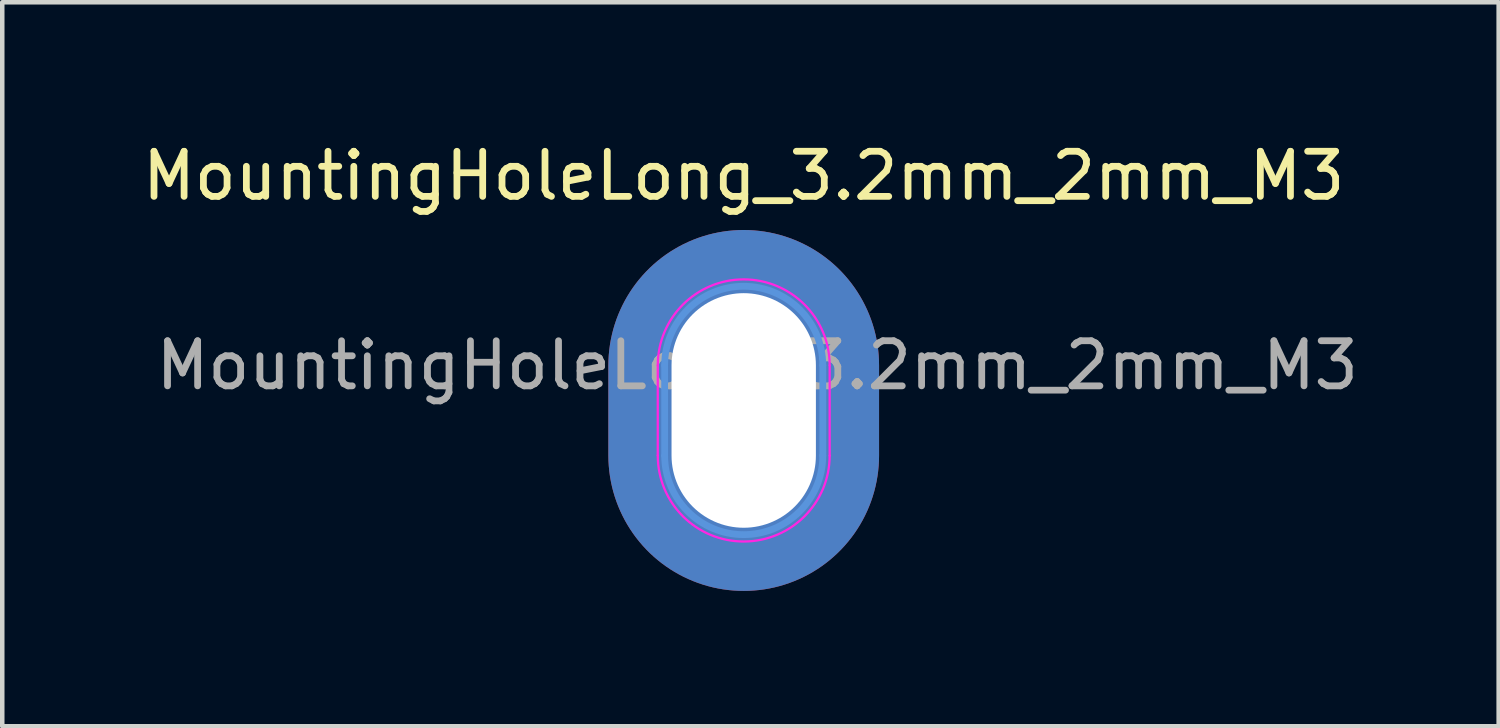
<source format=kicad_pcb>
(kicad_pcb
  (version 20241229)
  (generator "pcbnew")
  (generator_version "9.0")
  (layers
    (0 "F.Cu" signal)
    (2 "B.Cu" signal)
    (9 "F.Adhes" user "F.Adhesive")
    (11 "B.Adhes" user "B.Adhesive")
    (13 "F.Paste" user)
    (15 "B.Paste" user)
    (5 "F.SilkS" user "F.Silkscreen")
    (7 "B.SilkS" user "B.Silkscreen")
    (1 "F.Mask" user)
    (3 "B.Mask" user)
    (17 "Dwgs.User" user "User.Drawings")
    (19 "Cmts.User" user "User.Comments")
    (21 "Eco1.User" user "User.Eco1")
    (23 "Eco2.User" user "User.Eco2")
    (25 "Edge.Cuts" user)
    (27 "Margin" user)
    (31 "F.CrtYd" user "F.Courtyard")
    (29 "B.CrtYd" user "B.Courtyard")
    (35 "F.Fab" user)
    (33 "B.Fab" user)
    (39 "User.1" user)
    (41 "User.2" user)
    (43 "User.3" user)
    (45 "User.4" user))
  (footprint "MountingHoleLong_3.2mm_2mm_M3"
    (layer "F.Cu")
    (at 13.435 5.048)
    (property "Reference" "MountingHoleLong_3.2mm_2mm_M3" (at 0 -4.2 0) (layer "F.SilkS") (effects (font (size 1 1) (thickness 0.15))))
    (attr exclude_from_pos_files exclude_from_bom)
    (fp_line (start -1.753 0) (end -1.753 2) (stroke (width 0.15) (type solid)) (layer "Cmts.User"))
    (fp_line (start 1.753 0) (end 1.753 2) (stroke (width 0.15) (type solid)) (layer "Cmts.User"))
    (fp_arc (start -1.7526 0) (mid 0 -1.7526) (end 1.7526 0) (stroke (width 0.15) (type solid)) (layer "Cmts.User"))
    (fp_arc (start 1.7526 2) (mid 0 3.7526) (end -1.7526 2) (stroke (width 0.15) (type solid)) (layer "Cmts.User"))
    (fp_line (start -1.905 0) (end -1.905 2) (stroke (width 0.05) (type solid)) (layer "F.CrtYd"))
    (fp_line (start 1.905 0) (end 1.905 2) (stroke (width 0.05) (type solid)) (layer "F.CrtYd"))
    (fp_arc (start -1.905 0) (mid 0 -1.905) (end 1.905 0) (stroke (width 0.05) (type solid)) (layer "F.CrtYd"))
    (fp_arc (start 1.905 2) (mid 0 3.905) (end -1.905 2) (stroke (width 0.05) (type solid)) (layer "F.CrtYd"))
    (fp_text user "${REFERENCE}" (at 0.3 0 0) (layer "F.Fab") (effects (font (size 1 1) (thickness 0.15))))
    (pad "" np_thru_hole oval (at 0 1) (size 6 8) (drill oval 3.2 5.2) (layers "*.Cu" "*.Mask")))
  (gr_rect
    (start -3 -3)
    (end 30.169 13.048)
    (stroke (width 0.1) (type default))
    (fill no)
    (layer "Edge.Cuts")))
</source>
